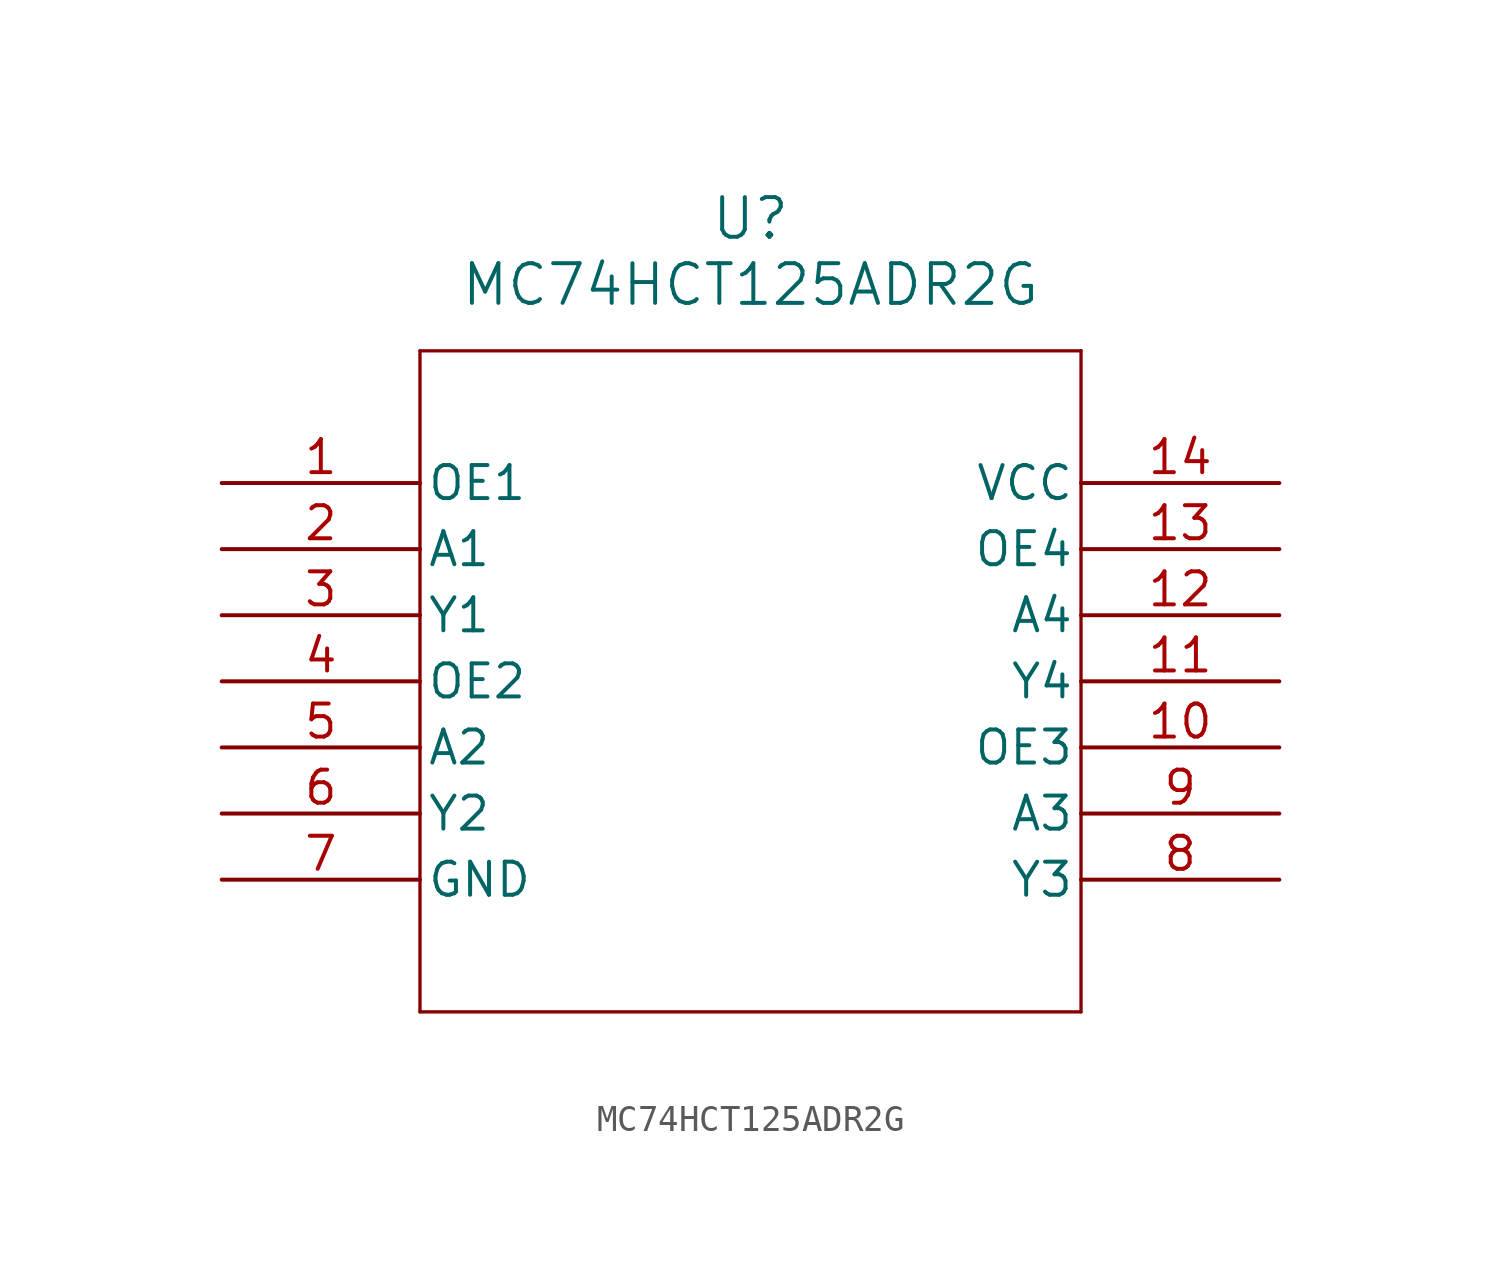
<source format=kicad_sym>
(kicad_symbol_lib
  (version 20211014)
  (generator kicad_symbol_editor)
  (symbol "MC74HCT125ADR2G"
    (pin_names
      (offset 0.254))
    (property "Reference" "U"
      (at 20.32 10.16 0)
      (effects (font (size 1.524 1.524))))
    (property "Value" "MC74HCT125ADR2G"
      (at 20.32 7.62 0)
      (effects (font (size 1.524 1.524))))
    (symbol "MC74HCT125ADR2G_0_1"
      (polyline (pts (xy 7.62 5.08) (xy 7.62 -20.32)) (stroke (width 0.127) (type default) (color 0 0 0 0)) (fill (type none)))
      (polyline (pts (xy 7.62 -20.32) (xy 33.02 -20.32)) (stroke (width 0.127) (type default) (color 0 0 0 0)) (fill (type none)))
      (polyline (pts (xy 33.02 -20.32) (xy 33.02 5.08)) (stroke (width 0.127) (type default) (color 0 0 0 0)) (fill (type none)))
      (polyline (pts (xy 33.02 5.08) (xy 7.62 5.08)) (stroke (width 0.127) (type default) (color 0 0 0 0)) (fill (type none)))
      (pin input line (at 0 0 0) (length 7.62) (name "OE1" (effects (font (size 1.27 1.27)))) (number "1" (effects (font (size 1.27 1.27)))))
      (pin input line (at 0 -2.54 0) (length 7.62) (name "A1" (effects (font (size 1.27 1.27)))) (number "2" (effects (font (size 1.27 1.27)))))
      (pin output line (at 0 -5.08 0) (length 7.62) (name "Y1" (effects (font (size 1.27 1.27)))) (number "3" (effects (font (size 1.27 1.27)))))
      (pin input line (at 0 -7.62 0) (length 7.62) (name "OE2" (effects (font (size 1.27 1.27)))) (number "4" (effects (font (size 1.27 1.27)))))
      (pin input line (at 0 -10.16 0) (length 7.62) (name "A2" (effects (font (size 1.27 1.27)))) (number "5" (effects (font (size 1.27 1.27)))))
      (pin output line (at 0 -12.7 0) (length 7.62) (name "Y2" (effects (font (size 1.27 1.27)))) (number "6" (effects (font (size 1.27 1.27)))))
      (pin power_in line (at 0 -15.24 0) (length 7.62) (name "GND" (effects (font (size 1.27 1.27)))) (number "7" (effects (font (size 1.27 1.27)))))
      (pin output line (at 40.64 -15.24 180) (length 7.62) (name "Y3" (effects (font (size 1.27 1.27)))) (number "8" (effects (font (size 1.27 1.27)))))
      (pin input line (at 40.64 -12.7 180) (length 7.62) (name "A3" (effects (font (size 1.27 1.27)))) (number "9" (effects (font (size 1.27 1.27)))))
      (pin input line (at 40.64 -10.16 180) (length 7.62) (name "OE3" (effects (font (size 1.27 1.27)))) (number "10" (effects (font (size 1.27 1.27)))))
      (pin output line (at 40.64 -7.62 180) (length 7.62) (name "Y4" (effects (font (size 1.27 1.27)))) (number "11" (effects (font (size 1.27 1.27)))))
      (pin input line (at 40.64 -5.08 180) (length 7.62) (name "A4" (effects (font (size 1.27 1.27)))) (number "12" (effects (font (size 1.27 1.27)))))
      (pin input line (at 40.64 -2.54 180) (length 7.62) (name "OE4" (effects (font (size 1.27 1.27)))) (number "13" (effects (font (size 1.27 1.27)))))
      (pin power_in line (at 40.64 0 180) (length 7.62) (name "VCC" (effects (font (size 1.27 1.27)))) (number "14" (effects (font (size 1.27 1.27))))))))
</source>
